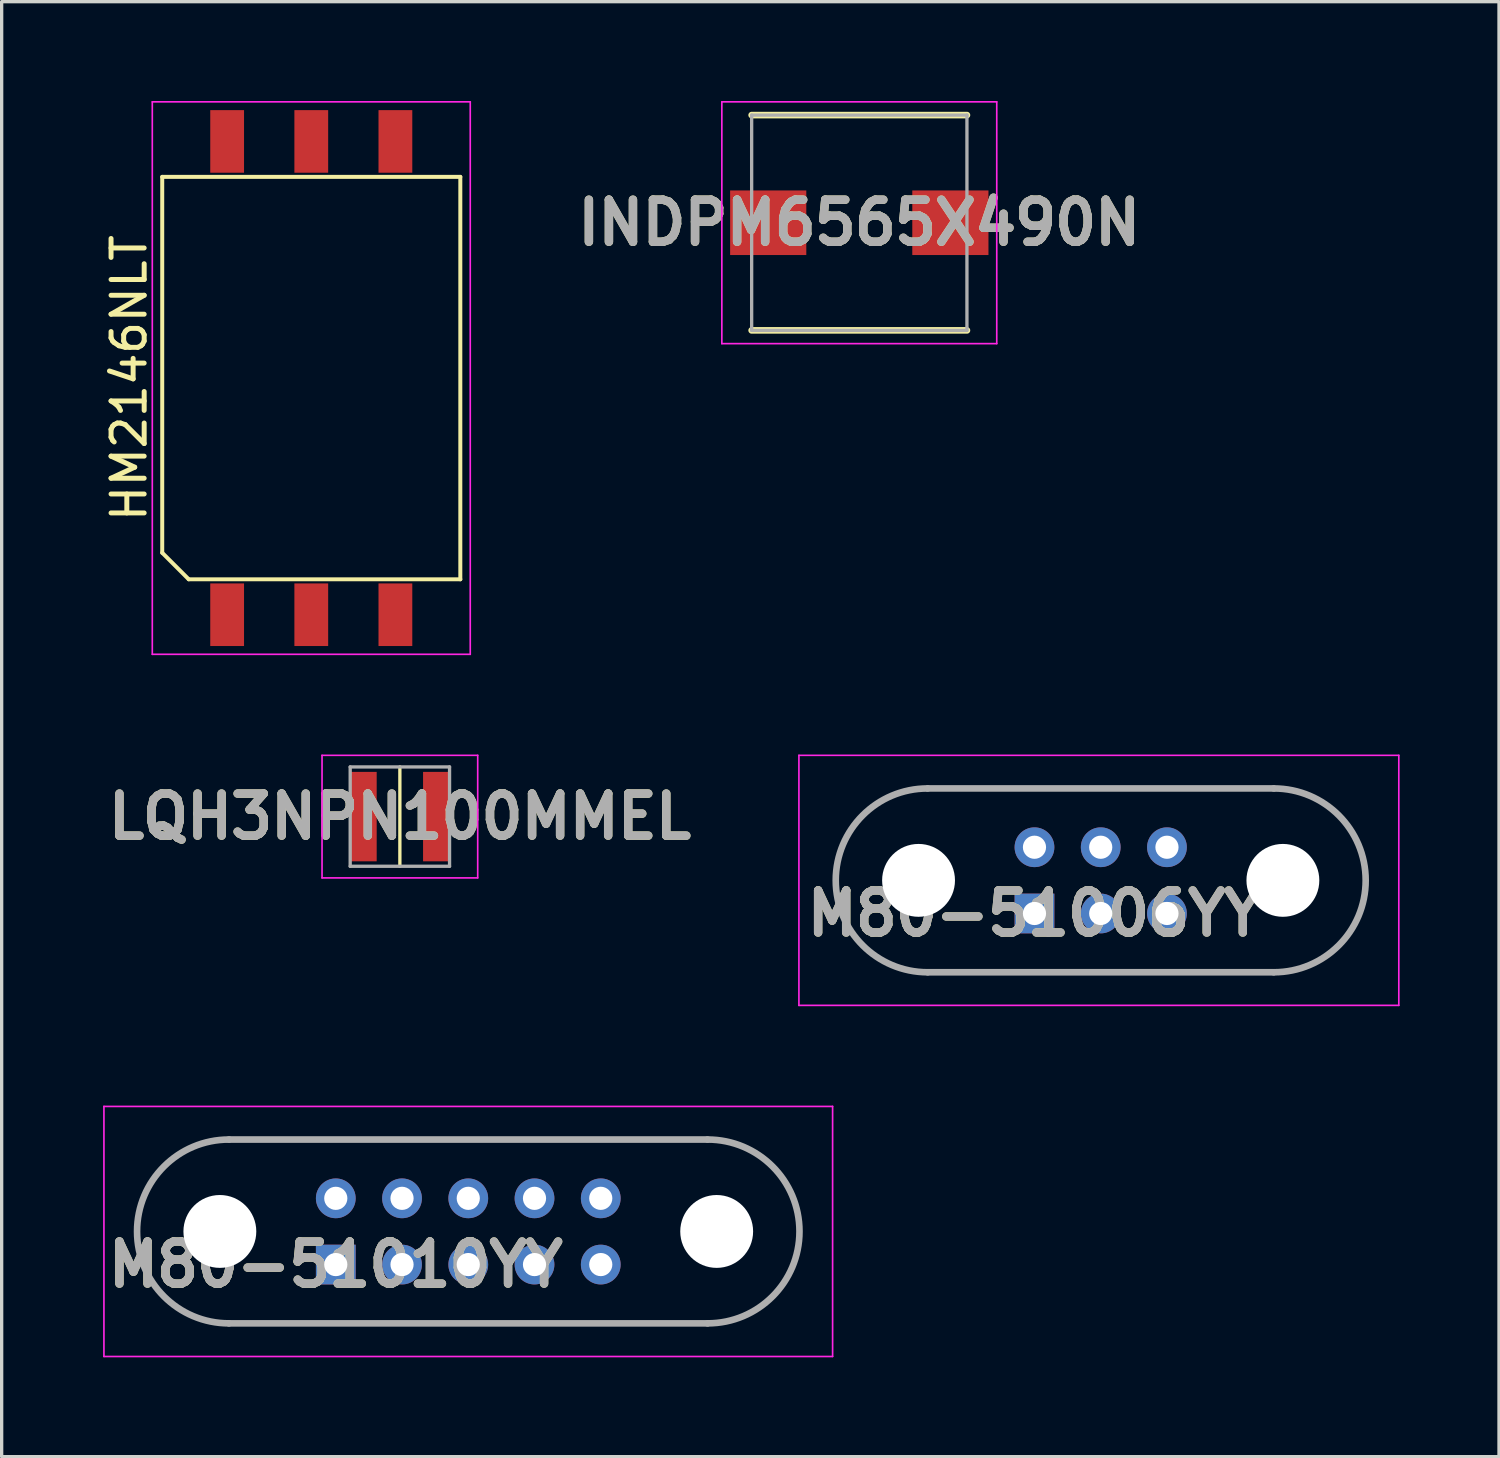
<source format=kicad_pcb>
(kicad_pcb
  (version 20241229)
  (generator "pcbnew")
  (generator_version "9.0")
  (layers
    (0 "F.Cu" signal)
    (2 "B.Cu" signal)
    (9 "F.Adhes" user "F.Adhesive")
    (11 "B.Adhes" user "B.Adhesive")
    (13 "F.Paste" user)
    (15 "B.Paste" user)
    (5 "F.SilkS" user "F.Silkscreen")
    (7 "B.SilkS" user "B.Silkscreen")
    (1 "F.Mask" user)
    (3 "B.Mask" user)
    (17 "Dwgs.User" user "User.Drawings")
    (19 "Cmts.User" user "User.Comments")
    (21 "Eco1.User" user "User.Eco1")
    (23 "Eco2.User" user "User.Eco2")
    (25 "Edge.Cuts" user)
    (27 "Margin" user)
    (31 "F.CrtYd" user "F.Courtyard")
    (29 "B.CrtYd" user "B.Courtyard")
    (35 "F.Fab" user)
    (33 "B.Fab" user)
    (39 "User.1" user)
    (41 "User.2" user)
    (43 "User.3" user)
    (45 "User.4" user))
  (footprint "HM2146NLT"
    (layer "F.Cu")
    (at 6.348 8.365)
    (property "Reference" "HM2146NLT" (at -5.5 0 90) (layer "F.SilkS") (effects (font (size 1 1) (thickness 0.15))))
    (attr smd)
    (fp_line (start -4.5 -6.075) (end 4.5 -6.075) (stroke (width 0.12) (type default)) (layer "F.SilkS"))
    (fp_line (start -4.5 5.275) (end -4.5 -6.075) (stroke (width 0.12) (type default)) (layer "F.SilkS"))
    (fp_line (start -3.7 6.075) (end -4.5 5.275) (stroke (width 0.12) (type default)) (layer "F.SilkS"))
    (fp_line (start 4.5 -6.075) (end 4.5 6.075) (stroke (width 0.12) (type default)) (layer "F.SilkS"))
    (fp_line (start 4.5 6.075) (end -3.7 6.075) (stroke (width 0.12) (type default)) (layer "F.SilkS"))
    (fp_line (start -4.8 -8.34) (end 4.8 -8.34) (stroke (width 0.05) (type default)) (layer "F.CrtYd"))
    (fp_line (start -4.8 8.34) (end -4.8 -8.34) (stroke (width 0.05) (type default)) (layer "F.CrtYd"))
    (fp_line (start 4.8 -8.34) (end 4.8 8.34) (stroke (width 0.05) (type default)) (layer "F.CrtYd"))
    (fp_line (start 4.8 8.34) (end -4.8 8.34) (stroke (width 0.05) (type default)) (layer "F.CrtYd"))
    (pad "1" smd rect (at -2.54 7.145) (size 1.02 1.89) (layers "F.Cu" "F.Mask" "F.Paste"))
    (pad "2" smd rect (at 0 7.145) (size 1.02 1.89) (layers "F.Cu" "F.Mask" "F.Paste"))
    (pad "3" smd rect (at 2.54 7.145) (size 1.02 1.89) (layers "F.Cu" "F.Mask" "F.Paste"))
    (pad "4" smd rect (at 2.54 -7.145) (size 1.02 1.89) (layers "F.Cu" "F.Mask" "F.Paste"))
    (pad "5" smd rect (at 0 -7.145) (size 1.02 1.89) (layers "F.Cu" "F.Mask" "F.Paste"))
    (pad "6" smd rect (at -2.54 -7.145) (size 1.02 1.89) (layers "F.Cu" "F.Mask" "F.Paste")))
  (footprint "INDPM6565X490N"
    (layer "F.Cu")
    (at 22.894 3.675)
    (property "Reference" "INDPM6565X490N" (at 0 0 0) (layer "F.SilkS") (effects (font (size 1.27 1.27) (thickness 0.254))))
    (attr smd)
    (fp_line (start -3.25 3.25) (end 3.25 3.25) (stroke (width 0.2) (type solid)) (layer "F.SilkS"))
    (fp_line (start 3.25 -3.25) (end -3.25 -3.25) (stroke (width 0.2) (type solid)) (layer "F.SilkS"))
    (fp_line (start -4.15 -3.65) (end 4.15 -3.65) (stroke (width 0.05) (type solid)) (layer "F.CrtYd"))
    (fp_line (start -4.15 3.65) (end -4.15 -3.65) (stroke (width 0.05) (type solid)) (layer "F.CrtYd"))
    (fp_line (start 4.15 -3.65) (end 4.15 3.65) (stroke (width 0.05) (type solid)) (layer "F.CrtYd"))
    (fp_line (start 4.15 3.65) (end -4.15 3.65) (stroke (width 0.05) (type solid)) (layer "F.CrtYd"))
    (fp_line (start -3.25 -3.25) (end 3.25 -3.25) (stroke (width 0.1) (type solid)) (layer "F.Fab"))
    (fp_line (start -3.25 3.25) (end -3.25 -3.25) (stroke (width 0.1) (type solid)) (layer "F.Fab"))
    (fp_line (start 3.25 -3.25) (end 3.25 3.25) (stroke (width 0.1) (type solid)) (layer "F.Fab"))
    (fp_line (start 3.25 3.25) (end -3.25 3.25) (stroke (width 0.1) (type solid)) (layer "F.Fab"))
    (fp_text user "${REFERENCE}" (at 0 0 0) (layer "F.Fab") (effects (font (size 1.27 1.27) (thickness 0.254))))
    (pad "1" smd rect (at -2.75 0 90) (size 1.95 2.3) (layers "F.Cu" "F.Mask" "F.Paste"))
    (pad "2" smd rect (at 2.75 0 90) (size 1.95 2.3) (layers "F.Cu" "F.Mask" "F.Paste")))
  (footprint "LQH3NPN100MMEL"
    (layer "F.Cu")
    (at 9.023 21.605)
    (property "Reference" "LQH3NPN100MMEL" (at 0 0 0) (layer "F.SilkS") (effects (font (size 1.27 1.27) (thickness 0.254))))
    (attr smd)
    (fp_line (start 0 -1.5) (end 0 1.5) (stroke (width 0.1) (type solid)) (layer "F.SilkS"))
    (fp_line (start -2.35 -1.85) (end 2.35 -1.85) (stroke (width 0.05) (type solid)) (layer "F.CrtYd"))
    (fp_line (start -2.35 1.85) (end -2.35 -1.85) (stroke (width 0.05) (type solid)) (layer "F.CrtYd"))
    (fp_line (start 2.35 -1.85) (end 2.35 1.85) (stroke (width 0.05) (type solid)) (layer "F.CrtYd"))
    (fp_line (start 2.35 1.85) (end -2.35 1.85) (stroke (width 0.05) (type solid)) (layer "F.CrtYd"))
    (fp_line (start -1.5 -1.5) (end 1.5 -1.5) (stroke (width 0.1) (type solid)) (layer "F.Fab"))
    (fp_line (start -1.5 1.5) (end -1.5 -1.5) (stroke (width 0.1) (type solid)) (layer "F.Fab"))
    (fp_line (start 1.5 -1.5) (end 1.5 1.5) (stroke (width 0.1) (type solid)) (layer "F.Fab"))
    (fp_line (start 1.5 1.5) (end -1.5 1.5) (stroke (width 0.1) (type solid)) (layer "F.Fab"))
    (fp_text user "${REFERENCE}" (at 0 0 0) (layer "F.Fab") (effects (font (size 1.27 1.27) (thickness 0.254))))
    (pad "1" smd rect (at -1.1 0) (size 0.8 2.7) (layers "F.Cu" "F.Mask" "F.Paste"))
    (pad "2" smd rect (at 1.1 0) (size 0.8 2.7) (layers "F.Cu" "F.Mask" "F.Paste")))
  (footprint "M80-51006YY"
    (layer "F.Cu")
    (at 28.183 24.53)
    (property "Reference" "M80-51006YY" (at 0 0 0) (layer "F.SilkS") (effects (font (size 1.27 1.27) (thickness 0.254))))
    (attr through_hole)
    (fp_line (start -3.225 -3.775) (end 7.225 -3.775) (stroke (width 0.1) (type solid)) (layer "F.SilkS"))
    (fp_line (start 7.225 1.775) (end -3.225 1.775) (stroke (width 0.1) (type solid)) (layer "F.SilkS"))
    (fp_arc (start -3.225 1.775) (mid -6 -1) (end -3.225 -3.775) (stroke (width 0.1) (type solid)) (layer "F.SilkS"))
    (fp_arc (start 7.225 -3.775) (mid 10 -1) (end 7.225 1.775) (stroke (width 0.1) (type solid)) (layer "F.SilkS"))
    (fp_line (start -7.112 -4.775) (end 11 -4.775) (stroke (width 0.05) (type solid)) (layer "F.CrtYd"))
    (fp_line (start -7.112 2.775) (end -7.112 -4.775) (stroke (width 0.05) (type solid)) (layer "F.CrtYd"))
    (fp_line (start 11 -4.775) (end 11 2.775) (stroke (width 0.05) (type solid)) (layer "F.CrtYd"))
    (fp_line (start 11 2.775) (end -7.112 2.775) (stroke (width 0.05) (type solid)) (layer "F.CrtYd"))
    (fp_line (start -3.225 -3.775) (end 7.225 -3.775) (stroke (width 0.2) (type solid)) (layer "F.Fab"))
    (fp_line (start 7.225 1.775) (end -3.225 1.775) (stroke (width 0.2) (type solid)) (layer "F.Fab"))
    (fp_arc (start -3.225 1.775) (mid -6 -1) (end -3.225 -3.775) (stroke (width 0.2) (type solid)) (layer "F.Fab"))
    (fp_arc (start 7.225 -3.775) (mid 10 -1) (end 7.225 1.775) (stroke (width 0.2) (type solid)) (layer "F.Fab"))
    (fp_text user "${REFERENCE}" (at 0 0 0) (layer "F.Fab") (effects (font (size 1.27 1.27) (thickness 0.254))))
    (pad "" np_thru_hole circle (at -3.5 -1) (size 2.2 2.2) (drill 2.2) (layers "*.Cu" "*.Mask"))
    (pad "" np_thru_hole circle (at 7.5 -1) (size 2.2 2.2) (drill 2.2) (layers "*.Cu" "*.Mask"))
    (pad "1" thru_hole rect (at 0 0) (size 1.2 1.2) (drill 0.7) (layers "*.Cu" "*.Mask"))
    (pad "2" thru_hole circle (at 2 0) (size 1.2 1.2) (drill 0.7) (layers "*.Cu" "*.Mask"))
    (pad "3" thru_hole circle (at 4 0) (size 1.2 1.2) (drill 0.7) (layers "*.Cu" "*.Mask"))
    (pad "4" thru_hole circle (at 0 -2) (size 1.2 1.2) (drill 0.7) (layers "*.Cu" "*.Mask"))
    (pad "5" thru_hole circle (at 2 -2) (size 1.2 1.2) (drill 0.7) (layers "*.Cu" "*.Mask"))
    (pad "6" thru_hole circle (at 4 -2) (size 1.2 1.2) (drill 0.7) (layers "*.Cu" "*.Mask")))
  (footprint "M80-51010YY"
    (layer "F.Cu")
    (at 11.088 34.13)
    (property "Reference" "M80-51010YY" (at -4 1 0) (layer "F.SilkS") (effects (font (size 1.27 1.27) (thickness 0.254))))
    (attr through_hole)
    (fp_line (start -7.225 -2.775) (end 7.225 -2.775) (stroke (width 0.1) (type solid)) (layer "F.SilkS"))
    (fp_line (start 7.225 2.775) (end -7.225 2.775) (stroke (width 0.1) (type solid)) (layer "F.SilkS"))
    (fp_arc (start -7.225 2.775) (mid -10 0) (end -7.225 -2.775) (stroke (width 0.1) (type solid)) (layer "F.SilkS"))
    (fp_arc (start 7.225 -2.775) (mid 10 0) (end 7.225 2.775) (stroke (width 0.1) (type solid)) (layer "F.SilkS"))
    (fp_line (start -11 -3.775) (end 11 -3.775) (stroke (width 0.05) (type solid)) (layer "F.CrtYd"))
    (fp_line (start -11 3.775) (end -11 -3.775) (stroke (width 0.05) (type solid)) (layer "F.CrtYd"))
    (fp_line (start 11 -3.775) (end 11 3.775) (stroke (width 0.05) (type solid)) (layer "F.CrtYd"))
    (fp_line (start 11 3.775) (end -11 3.775) (stroke (width 0.05) (type solid)) (layer "F.CrtYd"))
    (fp_line (start -7.225 -2.775) (end 7.225 -2.775) (stroke (width 0.2) (type solid)) (layer "F.Fab"))
    (fp_line (start 7.225 2.775) (end -7.225 2.775) (stroke (width 0.2) (type solid)) (layer "F.Fab"))
    (fp_arc (start -7.225 2.775) (mid -10 0) (end -7.225 -2.775) (stroke (width 0.2) (type solid)) (layer "F.Fab"))
    (fp_arc (start 7.225 -2.775) (mid 10 0) (end 7.225 2.775) (stroke (width 0.2) (type solid)) (layer "F.Fab"))
    (fp_text user "${REFERENCE}" (at -4 1 0) (layer "F.Fab") (effects (font (size 1.27 1.27) (thickness 0.254))))
    (pad "" np_thru_hole circle (at -7.5 0) (size 2.2 2.2) (drill 2.2) (layers "*.Cu" "*.Mask"))
    (pad "" np_thru_hole circle (at 7.5 0) (size 2.2 2.2) (drill 2.2) (layers "*.Cu" "*.Mask"))
    (pad "1" thru_hole rect (at -4 1) (size 1.2 1.2) (drill 0.7) (layers "*.Cu" "*.Mask"))
    (pad "2" thru_hole circle (at -2 1) (size 1.2 1.2) (drill 0.7) (layers "*.Cu" "*.Mask"))
    (pad "3" thru_hole circle (at 0 1) (size 1.2 1.2) (drill 0.7) (layers "*.Cu" "*.Mask"))
    (pad "4" thru_hole circle (at 2 1) (size 1.2 1.2) (drill 0.7) (layers "*.Cu" "*.Mask"))
    (pad "5" thru_hole circle (at 4 1) (size 1.2 1.2) (drill 0.7) (layers "*.Cu" "*.Mask"))
    (pad "6" thru_hole circle (at -4 -1) (size 1.2 1.2) (drill 0.7) (layers "*.Cu" "*.Mask"))
    (pad "7" thru_hole circle (at -2 -1) (size 1.2 1.2) (drill 0.7) (layers "*.Cu" "*.Mask"))
    (pad "8" thru_hole circle (at 0 -1) (size 1.2 1.2) (drill 0.7) (layers "*.Cu" "*.Mask"))
    (pad "9" thru_hole circle (at 2 -1) (size 1.2 1.2) (drill 0.7) (layers "*.Cu" "*.Mask"))
    (pad "10" thru_hole circle (at 4 -1) (size 1.2 1.2) (drill 0.7) (layers "*.Cu" "*.Mask")))
  (gr_rect
    (start -3 -3)
    (end 42.208 40.93)
    (stroke (width 0.1) (type default))
    (fill no)
    (layer "Edge.Cuts")))
</source>
